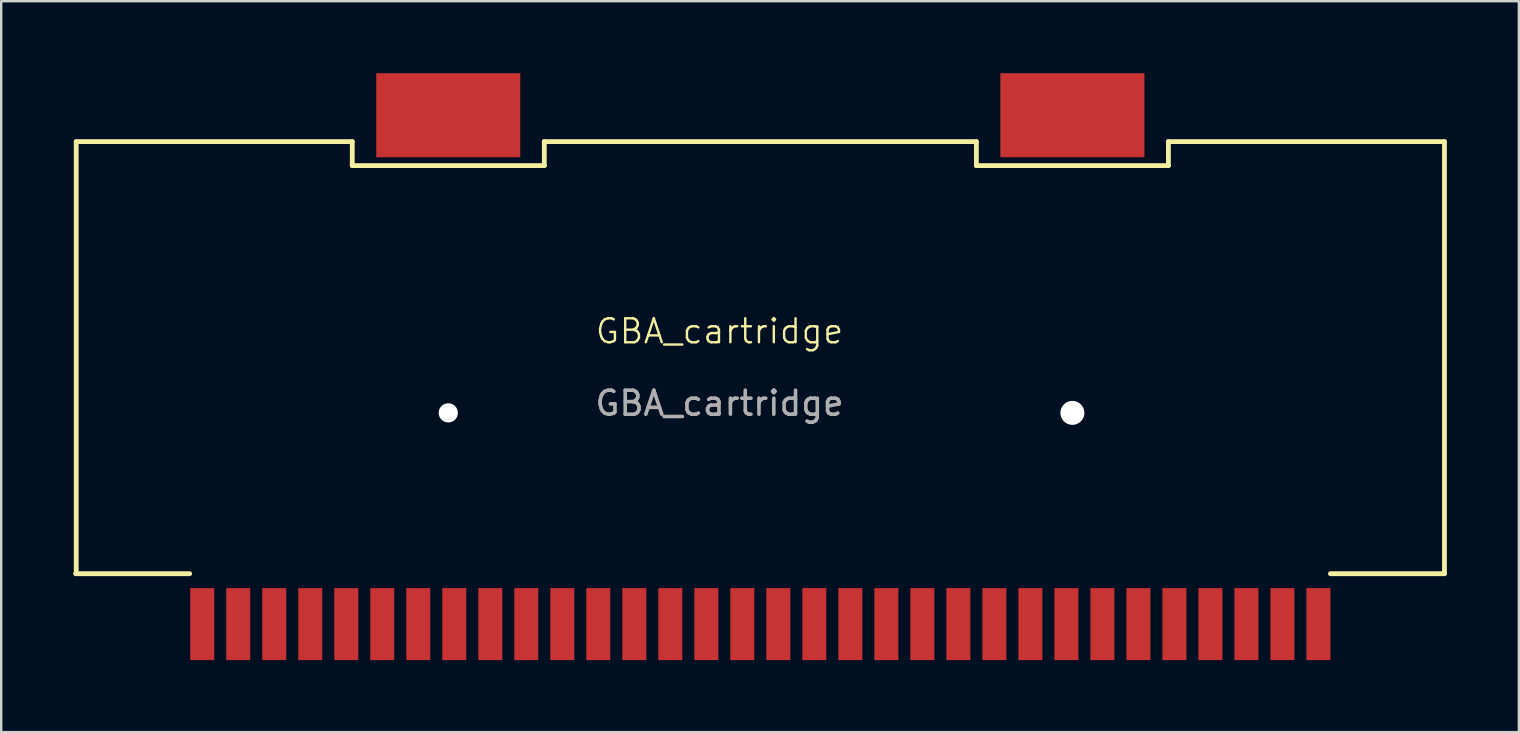
<source format=kicad_pcb>
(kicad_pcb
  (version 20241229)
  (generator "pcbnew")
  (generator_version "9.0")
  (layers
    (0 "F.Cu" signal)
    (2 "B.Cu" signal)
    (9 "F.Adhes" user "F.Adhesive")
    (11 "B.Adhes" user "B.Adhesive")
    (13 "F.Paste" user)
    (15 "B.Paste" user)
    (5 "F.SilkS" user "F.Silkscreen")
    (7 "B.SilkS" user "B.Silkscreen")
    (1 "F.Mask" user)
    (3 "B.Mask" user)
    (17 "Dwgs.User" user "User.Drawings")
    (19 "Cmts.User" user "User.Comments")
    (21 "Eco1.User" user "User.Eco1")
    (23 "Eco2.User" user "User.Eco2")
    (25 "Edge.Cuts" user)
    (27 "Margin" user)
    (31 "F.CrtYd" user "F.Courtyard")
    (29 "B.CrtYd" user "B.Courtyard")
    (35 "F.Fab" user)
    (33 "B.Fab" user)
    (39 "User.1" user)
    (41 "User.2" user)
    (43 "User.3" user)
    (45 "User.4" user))
  (footprint "GBA_cartridge"
    (layer "F.Cu")
    (at 27.175 11.25)
    (property "Reference" "GBA_cartridge" (at -0.25 -0.5 0) (unlocked yes) (layer "F.SilkS") (effects (font (size 1 1) (thickness 0.1))))
    (attr through_hole)
    (fp_line (start -27.05 -8.4) (end -15.55 -8.4) (stroke (width 0.2) (type default)) (layer "F.SilkS"))
    (fp_line (start -27.05 9.6) (end -27.05 -8.4) (stroke (width 0.2) (type default)) (layer "F.SilkS"))
    (fp_line (start -22.325 9.6) (end -27.075 9.6) (stroke (width 0.2) (type default)) (layer "F.SilkS"))
    (fp_line (start -15.55 -8.4) (end -15.55 -7.4) (stroke (width 0.2) (type default)) (layer "F.SilkS"))
    (fp_line (start -15.55 -7.4) (end -7.55 -7.4) (stroke (width 0.2) (type default)) (layer "F.SilkS"))
    (fp_line (start -7.55 -8.4) (end 10.45 -8.4) (stroke (width 0.2) (type default)) (layer "F.SilkS"))
    (fp_line (start -7.55 -7.4) (end -7.55 -8.4) (stroke (width 0.2) (type default)) (layer "F.SilkS"))
    (fp_line (start 10.45 -8.4) (end 10.45 -7.4) (stroke (width 0.2) (type default)) (layer "F.SilkS"))
    (fp_line (start 10.45 -7.4) (end 18.45 -7.4) (stroke (width 0.2) (type default)) (layer "F.SilkS"))
    (fp_line (start 18.45 -8.4) (end 29.95 -8.4) (stroke (width 0.2) (type default)) (layer "F.SilkS"))
    (fp_line (start 18.45 -7.4) (end 18.45 -8.4) (stroke (width 0.2) (type default)) (layer "F.SilkS"))
    (fp_line (start 29.95 -8.4) (end 29.95 9.6) (stroke (width 0.2) (type default)) (layer "F.SilkS"))
    (fp_line (start 29.95 9.6) (end 25.2 9.6) (stroke (width 0.2) (type default)) (layer "F.SilkS"))
    (fp_text user "${REFERENCE}" (at -0.25 2.5 0) (unlocked yes) (layer "F.Fab") (effects (font (size 1 1) (thickness 0.15))))
    (pad "" smd rect (at -11.55 -9.5) (size 6 3.5) (layers "F.Cu" "F.Mask" "F.Paste"))
    (pad "" np_thru_hole circle (at -11.55 2.9) (size 0.8 0.8) (drill 2.1) (layers "*.Cu" "*.Mask"))
    (pad "" smd rect (at 14.45 -9.5) (size 6 3.5) (layers "F.Cu" "F.Mask" "F.Paste"))
    (pad "" np_thru_hole circle (at 14.45 2.9) (size 1 1) (drill 2.1) (layers "*.Cu" "*.Mask"))
    (pad "1" smd rect (at -21.8 11.7) (size 1 3) (layers "F.Cu" "F.Mask" "F.Paste"))
    (pad "2" smd rect (at -20.3 11.7) (size 1 3) (layers "F.Cu" "F.Mask" "F.Paste"))
    (pad "3" smd rect (at -18.8 11.7) (size 1 3) (layers "F.Cu" "F.Mask" "F.Paste"))
    (pad "4" smd rect (at -17.3 11.7) (size 1 3) (layers "F.Cu" "F.Mask" "F.Paste"))
    (pad "5" smd rect (at -15.8 11.7) (size 1 3) (layers "F.Cu" "F.Mask" "F.Paste"))
    (pad "6" smd rect (at -14.3 11.7) (size 1 3) (layers "F.Cu" "F.Mask" "F.Paste"))
    (pad "7" smd rect (at -12.8 11.7) (size 1 3) (layers "F.Cu" "F.Mask" "F.Paste"))
    (pad "8" smd rect (at -11.3 11.7) (size 1 3) (layers "F.Cu" "F.Mask" "F.Paste"))
    (pad "9" smd rect (at -9.8 11.7) (size 1 3) (layers "F.Cu" "F.Mask" "F.Paste"))
    (pad "10" smd rect (at -8.3 11.7) (size 1 3) (layers "F.Cu" "F.Mask" "F.Paste"))
    (pad "11" smd rect (at -6.8 11.7) (size 1 3) (layers "F.Cu" "F.Mask" "F.Paste"))
    (pad "12" smd rect (at -5.3 11.7) (size 1 3) (layers "F.Cu" "F.Mask" "F.Paste"))
    (pad "13" smd rect (at -3.8 11.7) (size 1 3) (layers "F.Cu" "F.Mask" "F.Paste"))
    (pad "14" smd rect (at -2.3 11.7) (size 1 3) (layers "F.Cu" "F.Mask" "F.Paste"))
    (pad "15" smd rect (at -0.8 11.7) (size 1 3) (layers "F.Cu" "F.Mask" "F.Paste"))
    (pad "16" smd rect (at 0.7 11.7) (size 1 3) (layers "F.Cu" "F.Mask" "F.Paste"))
    (pad "17" smd rect (at 2.2 11.7) (size 1 3) (layers "F.Cu" "F.Mask" "F.Paste"))
    (pad "18" smd rect (at 3.7 11.7) (size 1 3) (layers "F.Cu" "F.Mask" "F.Paste"))
    (pad "19" smd rect (at 5.2 11.7) (size 1 3) (layers "F.Cu" "F.Mask" "F.Paste"))
    (pad "20" smd rect (at 6.7 11.7) (size 1 3) (layers "F.Cu" "F.Mask" "F.Paste"))
    (pad "21" smd rect (at 8.2 11.7) (size 1 3) (layers "F.Cu" "F.Mask" "F.Paste"))
    (pad "22" smd rect (at 9.7 11.7) (size 1 3) (layers "F.Cu" "F.Mask" "F.Paste"))
    (pad "23" smd rect (at 11.2 11.7) (size 1 3) (layers "F.Cu" "F.Mask" "F.Paste"))
    (pad "24" smd rect (at 12.7 11.7) (size 1 3) (layers "F.Cu" "F.Mask" "F.Paste"))
    (pad "25" smd rect (at 14.2 11.7) (size 1 3) (layers "F.Cu" "F.Mask" "F.Paste"))
    (pad "26" smd rect (at 15.7 11.7) (size 1 3) (layers "F.Cu" "F.Mask" "F.Paste"))
    (pad "27" smd rect (at 17.2 11.7) (size 1 3) (layers "F.Cu" "F.Mask" "F.Paste"))
    (pad "28" smd rect (at 18.7 11.7) (size 1 3) (layers "F.Cu" "F.Mask" "F.Paste"))
    (pad "29" smd rect (at 20.2 11.7) (size 1 3) (layers "F.Cu" "F.Mask" "F.Paste"))
    (pad "30" smd rect (at 21.7 11.7) (size 1 3) (layers "F.Cu" "F.Mask" "F.Paste"))
    (pad "31" smd rect (at 23.2 11.7) (size 1 3) (layers "F.Cu" "F.Mask" "F.Paste"))
    (pad "32" smd rect (at 24.7 11.7) (size 1 3) (layers "F.Cu" "F.Mask" "F.Paste")))
  (gr_rect
    (start -3 -3)
    (end 60.225 27.45)
    (stroke (width 0.1) (type default))
    (fill no)
    (layer "Edge.Cuts")))
</source>
